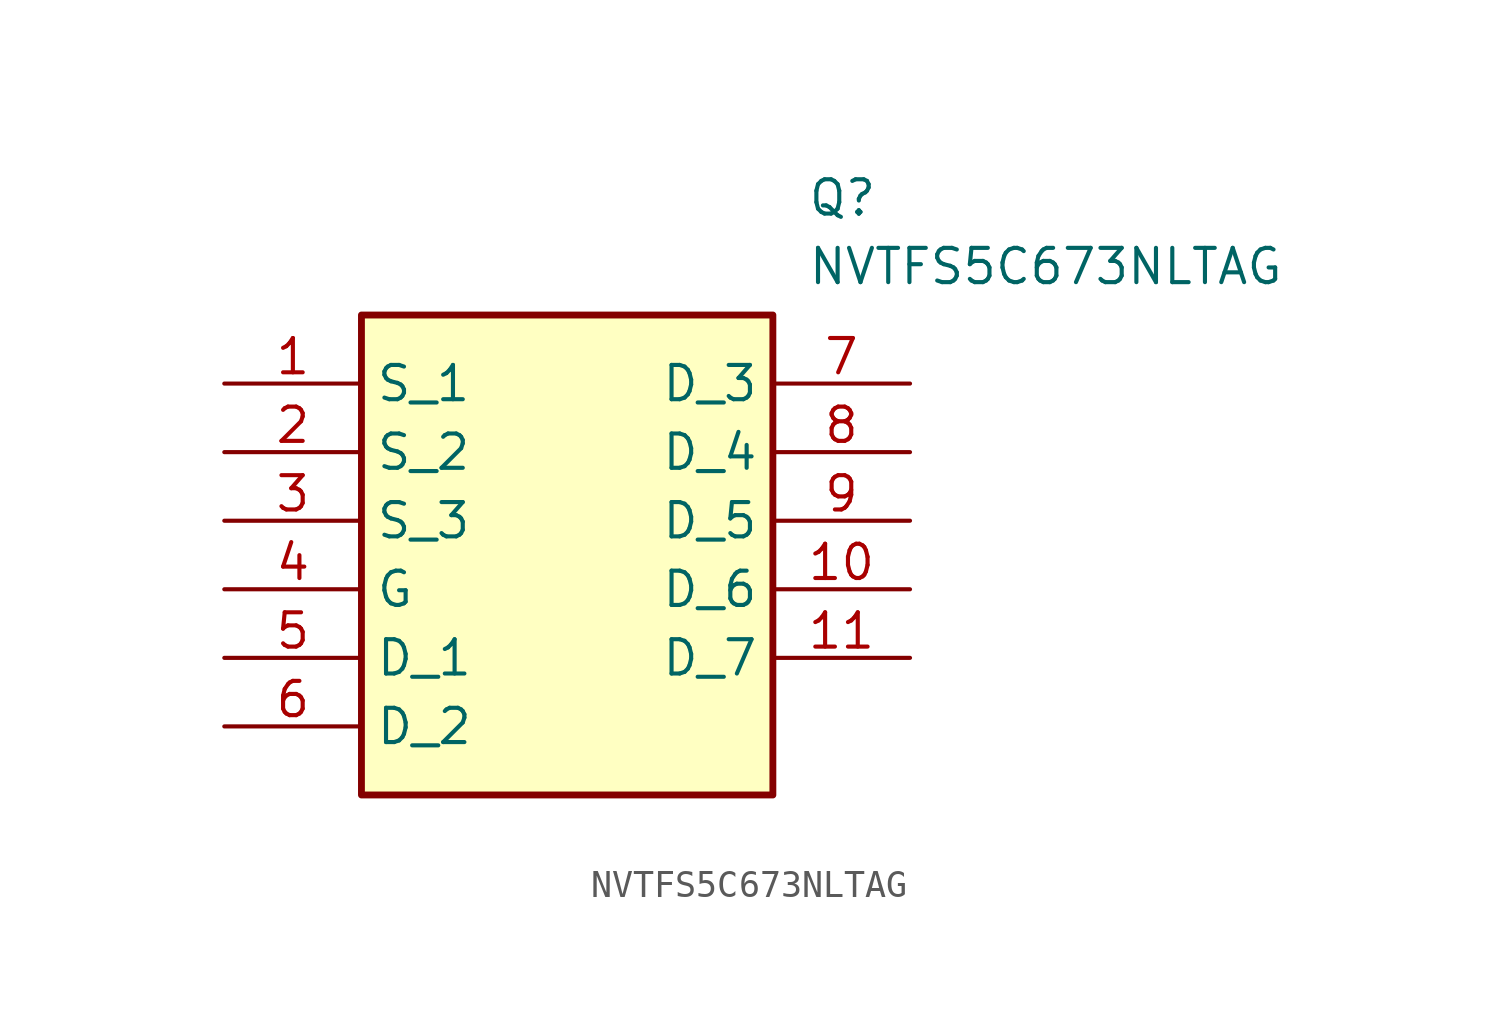
<source format=kicad_sym>
(kicad_symbol_lib
  (version 20211014)
  (generator SamacSys_ECAD_Model)
  (symbol "NVTFS5C673NLTAG"
    (property "Reference" "Q"
      (at 21.59 7.62 0)
      (effects (font (size 1.27 1.27)) (justify left top)))
    (property "Value" "NVTFS5C673NLTAG"
      (at 21.59 5.08 0)
      (effects (font (size 1.27 1.27)) (justify left top)))
    (rectangle
      (start 5.08 2.54)
      (end 20.32 -15.24)
      (stroke (width 0.254) (type default))
      (fill (type background)))
    (pin passive line
      (at 0 0 0)
      (length 5.08)
      (name "S_1" (effects (font (size 1.27 1.27))))
      (number "1" (effects (font (size 1.27 1.27)))))
    (pin passive line
      (at 0 -2.54 0)
      (length 5.08)
      (name "S_2" (effects (font (size 1.27 1.27))))
      (number "2" (effects (font (size 1.27 1.27)))))
    (pin passive line
      (at 0 -5.08 0)
      (length 5.08)
      (name "S_3" (effects (font (size 1.27 1.27))))
      (number "3" (effects (font (size 1.27 1.27)))))
    (pin passive line
      (at 0 -7.62 0)
      (length 5.08)
      (name "G" (effects (font (size 1.27 1.27))))
      (number "4" (effects (font (size 1.27 1.27)))))
    (pin passive line
      (at 0 -10.16 0)
      (length 5.08)
      (name "D_1" (effects (font (size 1.27 1.27))))
      (number "5" (effects (font (size 1.27 1.27)))))
    (pin passive line
      (at 0 -12.7 0)
      (length 5.08)
      (name "D_2" (effects (font (size 1.27 1.27))))
      (number "6" (effects (font (size 1.27 1.27)))))
    (pin passive line
      (at 25.4 0 180)
      (length 5.08)
      (name "D_3" (effects (font (size 1.27 1.27))))
      (number "7" (effects (font (size 1.27 1.27)))))
    (pin passive line
      (at 25.4 -2.54 180)
      (length 5.08)
      (name "D_4" (effects (font (size 1.27 1.27))))
      (number "8" (effects (font (size 1.27 1.27)))))
    (pin passive line
      (at 25.4 -5.08 180)
      (length 5.08)
      (name "D_5" (effects (font (size 1.27 1.27))))
      (number "9" (effects (font (size 1.27 1.27)))))
    (pin passive line
      (at 25.4 -7.62 180)
      (length 5.08)
      (name "D_6" (effects (font (size 1.27 1.27))))
      (number "10" (effects (font (size 1.27 1.27)))))
    (pin passive line
      (at 25.4 -10.16 180)
      (length 5.08)
      (name "D_7" (effects (font (size 1.27 1.27))))
      (number "11" (effects (font (size 1.27 1.27)))))))
</source>
